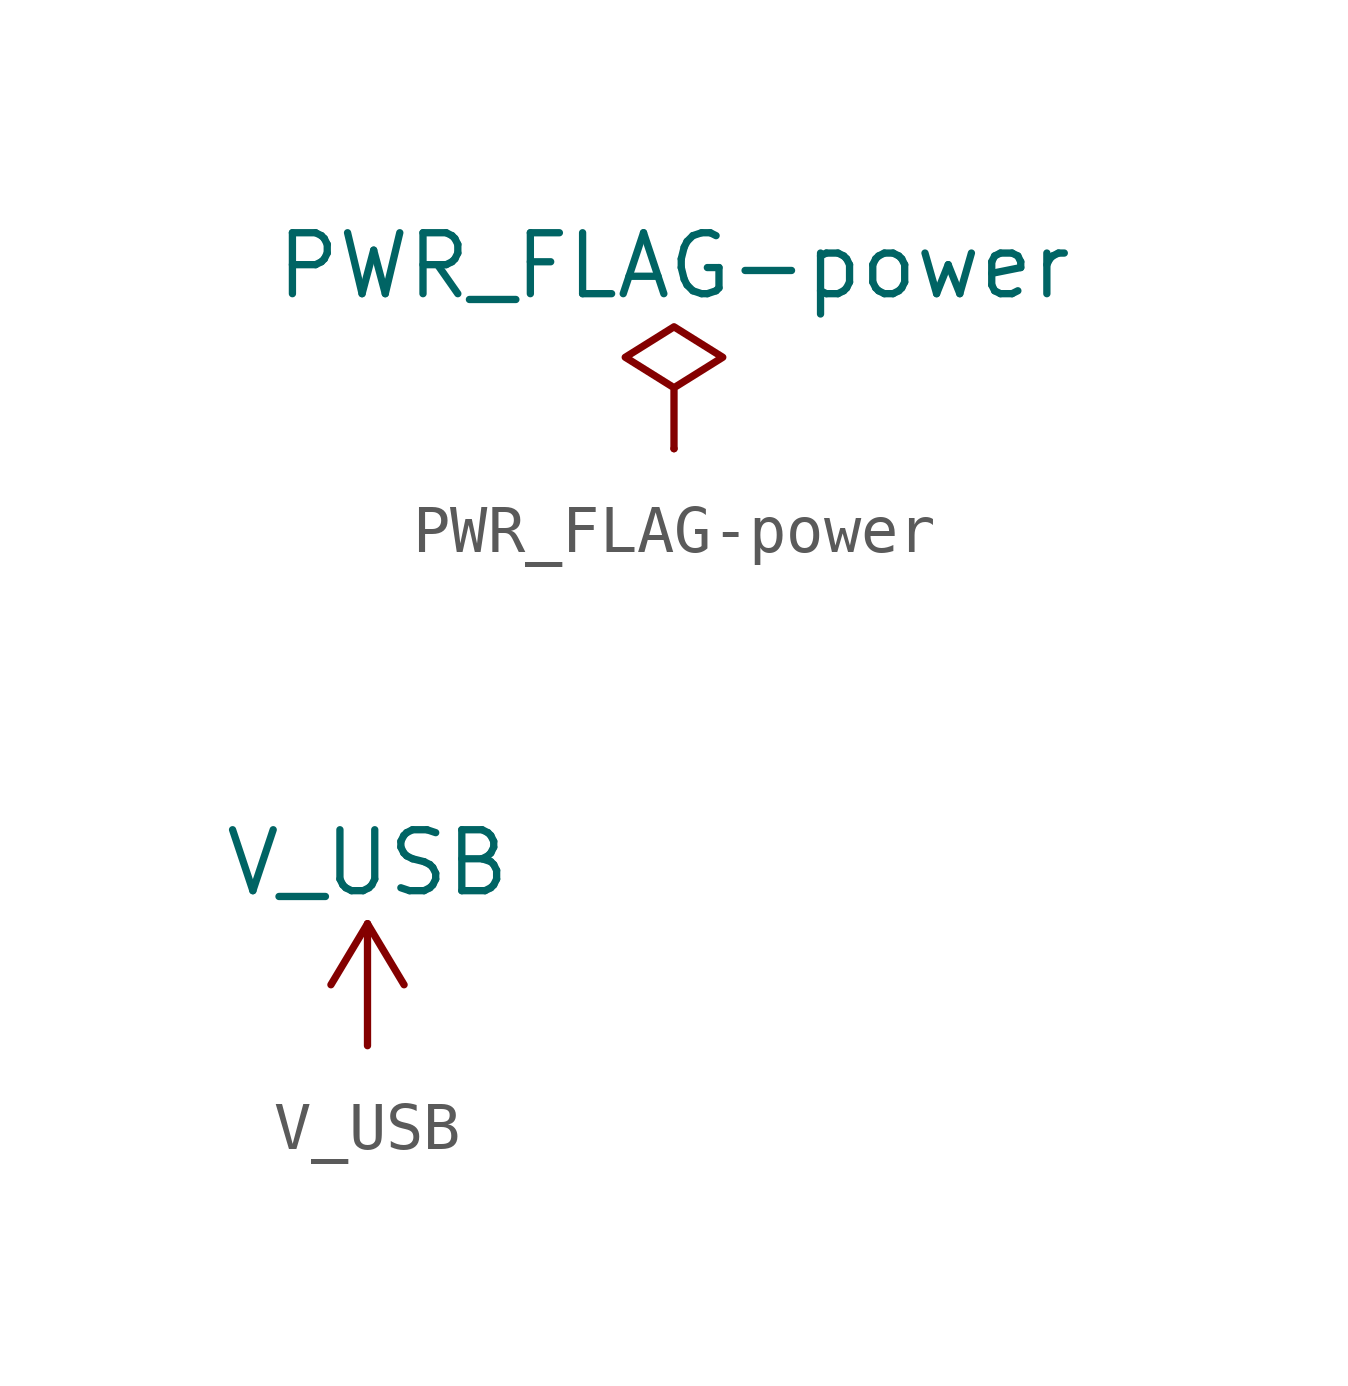
<source format=kicad_sym>
(kicad_symbol_lib
  (version 20211014)
  (generator kicad_symbol_editor)
  (symbol "PWR_FLAG-power"
    (power)
    (pin_numbers hide)
    (pin_names
      (offset 0) hide)
    (property "Reference" "#FLG"
      (at 0 1.905 0)
      (effects (font (size 1.27 1.27)) hide))
    (property "Value" "PWR_FLAG-power"
      (at 0 3.81 0)
      (effects (font (size 1.27 1.27))))
    (symbol "PWR_FLAG-power_0_0"
      (pin power_out line (at 0 0 90) (length 0) (name "pwr" (effects (font (size 1.27 1.27)))) (number "1" (effects (font (size 1.27 1.27))))))
    (symbol "PWR_FLAG-power_0_1"
      (polyline (pts (xy 0 0) (xy 0 1.27) (xy -1.016 1.905) (xy 0 2.54) (xy 1.016 1.905) (xy 0 1.27)) (stroke (width 0) (type default) (color 0 0 0 0)) (fill (type none)))))
  (symbol "V_USB"
    (power)
    (pin_names
      (offset 0))
    (property "Reference" "#PWR"
      (at 0 -3.81 0)
      (effects (font (size 1.27 1.27)) hide))
    (property "Value" "V_USB"
      (at 0 3.81 0)
      (effects (font (size 1.27 1.27))))
    (symbol "V_USB_0_1"
      (polyline (pts (xy -0.762 1.27) (xy 0 2.54)) (stroke (width 0) (type default) (color 0 0 0 0)) (fill (type none)))
      (polyline (pts (xy 0 0) (xy 0 2.54)) (stroke (width 0) (type default) (color 0 0 0 0)) (fill (type none)))
      (polyline (pts (xy 0 2.54) (xy 0.762 1.27)) (stroke (width 0) (type default) (color 0 0 0 0)) (fill (type none))))
    (symbol "V_USB_1_1"
      (pin power_in line (at 0 0 90) (length 0) hide (name "VBUS" (effects (font (size 1.27 1.27)))) (number "1" (effects (font (size 1.27 1.27))))))))
</source>
